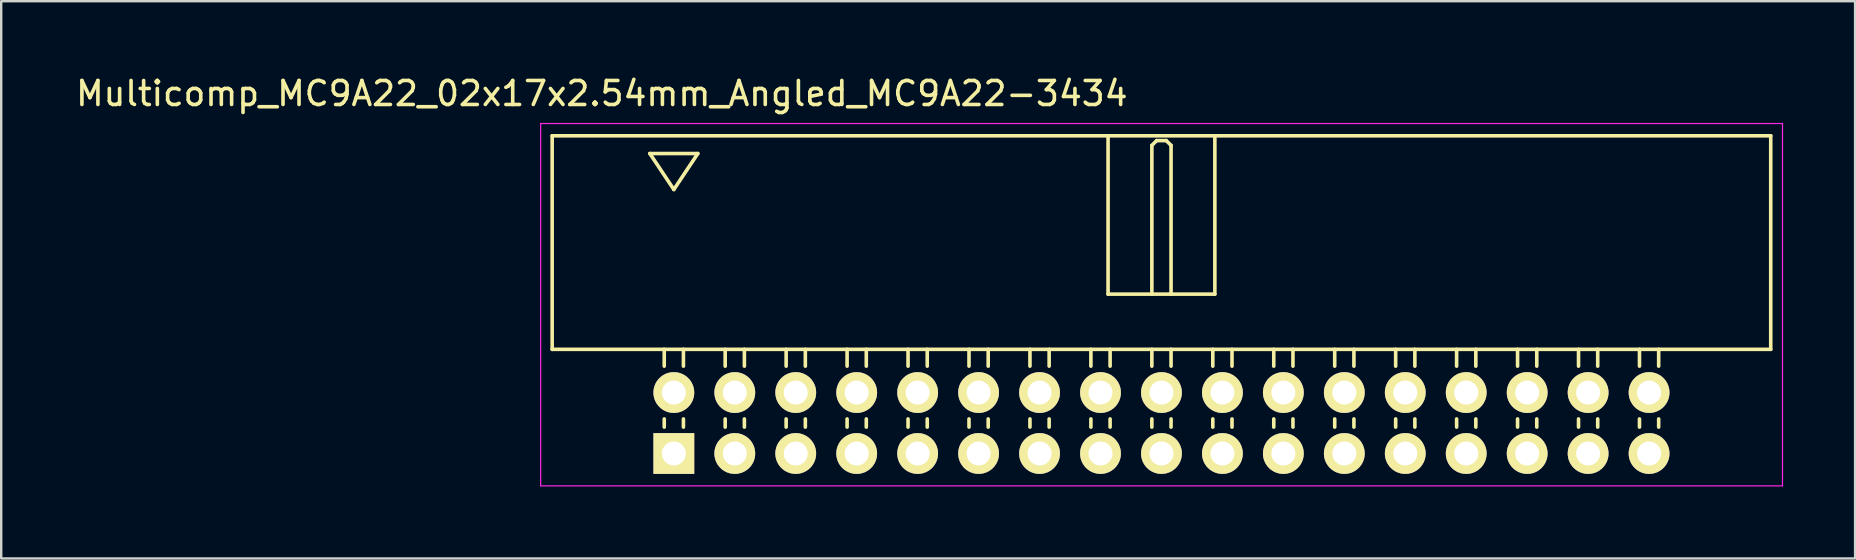
<source format=kicad_pcb>
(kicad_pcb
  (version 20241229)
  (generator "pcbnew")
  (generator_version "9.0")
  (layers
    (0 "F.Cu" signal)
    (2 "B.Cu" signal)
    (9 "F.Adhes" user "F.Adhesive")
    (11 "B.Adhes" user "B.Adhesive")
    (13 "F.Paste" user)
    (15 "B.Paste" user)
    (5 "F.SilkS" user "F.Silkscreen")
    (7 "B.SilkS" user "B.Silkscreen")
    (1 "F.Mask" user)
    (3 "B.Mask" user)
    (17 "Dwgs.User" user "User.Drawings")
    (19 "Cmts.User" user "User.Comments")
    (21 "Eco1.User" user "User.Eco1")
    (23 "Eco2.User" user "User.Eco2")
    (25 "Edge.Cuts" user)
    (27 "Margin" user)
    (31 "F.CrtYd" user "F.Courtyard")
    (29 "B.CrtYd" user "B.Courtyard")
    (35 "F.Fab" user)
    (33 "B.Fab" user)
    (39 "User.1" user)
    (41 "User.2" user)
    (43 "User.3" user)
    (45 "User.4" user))
  (footprint "Multicomp_MC9A22_02x17x2.54mm_Angled_MC9A22-3434"
    (layer "F.Cu")
    (at 25.03 15.848)
    (property "Reference" "Multicomp_MC9A22_02x17x2.54mm_Angled_MC9A22-3434" (at -3 -15 0) (layer "F.SilkS") (effects (font (size 1 1) (thickness 0.15))))
    (attr through_hole)
    (fp_line (start -5.07 -13.24) (end 45.71 -13.24) (stroke (width 0.15) (type solid)) (layer "F.SilkS"))
    (fp_line (start -5.07 -4.34) (end -5.07 -13.24) (stroke (width 0.15) (type solid)) (layer "F.SilkS"))
    (fp_line (start -1 -12.5) (end 1 -12.5) (stroke (width 0.15) (type solid)) (layer "F.SilkS"))
    (fp_line (start -0.4 -3.64) (end -0.4 -4.34) (stroke (width 0.15) (type solid)) (layer "F.SilkS"))
    (fp_line (start -0.4 -1.1) (end -0.4 -1.44) (stroke (width 0.15) (type solid)) (layer "F.SilkS"))
    (fp_line (start 0 -11) (end -1 -12.5) (stroke (width 0.15) (type solid)) (layer "F.SilkS"))
    (fp_line (start 0.4 -3.64) (end 0.4 -4.34) (stroke (width 0.15) (type solid)) (layer "F.SilkS"))
    (fp_line (start 0.4 -1.1) (end 0.4 -1.44) (stroke (width 0.15) (type solid)) (layer "F.SilkS"))
    (fp_line (start 1 -12.5) (end 0 -11) (stroke (width 0.15) (type solid)) (layer "F.SilkS"))
    (fp_line (start 2.14 -3.64) (end 2.14 -4.34) (stroke (width 0.15) (type solid)) (layer "F.SilkS"))
    (fp_line (start 2.14 -1.1) (end 2.14 -1.44) (stroke (width 0.15) (type solid)) (layer "F.SilkS"))
    (fp_line (start 2.94 -3.64) (end 2.94 -4.34) (stroke (width 0.15) (type solid)) (layer "F.SilkS"))
    (fp_line (start 2.94 -1.1) (end 2.94 -1.44) (stroke (width 0.15) (type solid)) (layer "F.SilkS"))
    (fp_line (start 4.68 -3.64) (end 4.68 -4.34) (stroke (width 0.15) (type solid)) (layer "F.SilkS"))
    (fp_line (start 4.68 -1.1) (end 4.68 -1.44) (stroke (width 0.15) (type solid)) (layer "F.SilkS"))
    (fp_line (start 5.48 -3.64) (end 5.48 -4.34) (stroke (width 0.15) (type solid)) (layer "F.SilkS"))
    (fp_line (start 5.48 -1.1) (end 5.48 -1.44) (stroke (width 0.15) (type solid)) (layer "F.SilkS"))
    (fp_line (start 7.22 -3.64) (end 7.22 -4.34) (stroke (width 0.15) (type solid)) (layer "F.SilkS"))
    (fp_line (start 7.22 -1.1) (end 7.22 -1.44) (stroke (width 0.15) (type solid)) (layer "F.SilkS"))
    (fp_line (start 8.02 -3.64) (end 8.02 -4.34) (stroke (width 0.15) (type solid)) (layer "F.SilkS"))
    (fp_line (start 8.02 -1.1) (end 8.02 -1.44) (stroke (width 0.15) (type solid)) (layer "F.SilkS"))
    (fp_line (start 9.76 -3.64) (end 9.76 -4.34) (stroke (width 0.15) (type solid)) (layer "F.SilkS"))
    (fp_line (start 9.76 -1.1) (end 9.76 -1.44) (stroke (width 0.15) (type solid)) (layer "F.SilkS"))
    (fp_line (start 10.56 -3.64) (end 10.56 -4.34) (stroke (width 0.15) (type solid)) (layer "F.SilkS"))
    (fp_line (start 10.56 -1.1) (end 10.56 -1.44) (stroke (width 0.15) (type solid)) (layer "F.SilkS"))
    (fp_line (start 12.3 -3.64) (end 12.3 -4.34) (stroke (width 0.15) (type solid)) (layer "F.SilkS"))
    (fp_line (start 12.3 -1.1) (end 12.3 -1.44) (stroke (width 0.15) (type solid)) (layer "F.SilkS"))
    (fp_line (start 13.1 -3.64) (end 13.1 -4.34) (stroke (width 0.15) (type solid)) (layer "F.SilkS"))
    (fp_line (start 13.1 -1.1) (end 13.1 -1.44) (stroke (width 0.15) (type solid)) (layer "F.SilkS"))
    (fp_line (start 14.84 -3.64) (end 14.84 -4.34) (stroke (width 0.15) (type solid)) (layer "F.SilkS"))
    (fp_line (start 14.84 -1.1) (end 14.84 -1.44) (stroke (width 0.15) (type solid)) (layer "F.SilkS"))
    (fp_line (start 15.64 -3.64) (end 15.64 -4.34) (stroke (width 0.15) (type solid)) (layer "F.SilkS"))
    (fp_line (start 15.64 -1.1) (end 15.64 -1.44) (stroke (width 0.15) (type solid)) (layer "F.SilkS"))
    (fp_line (start 17.38 -3.64) (end 17.38 -4.34) (stroke (width 0.15) (type solid)) (layer "F.SilkS"))
    (fp_line (start 17.38 -1.1) (end 17.38 -1.44) (stroke (width 0.15) (type solid)) (layer "F.SilkS"))
    (fp_line (start 18.095 -13.24) (end 18.095 -6.64) (stroke (width 0.15) (type solid)) (layer "F.SilkS"))
    (fp_line (start 18.095 -6.64) (end 22.545 -6.64) (stroke (width 0.15) (type solid)) (layer "F.SilkS"))
    (fp_line (start 18.18 -3.64) (end 18.18 -4.34) (stroke (width 0.15) (type solid)) (layer "F.SilkS"))
    (fp_line (start 18.18 -1.1) (end 18.18 -1.44) (stroke (width 0.15) (type solid)) (layer "F.SilkS"))
    (fp_line (start 19.92 -12.84) (end 20.12 -13.04) (stroke (width 0.15) (type solid)) (layer "F.SilkS"))
    (fp_line (start 19.92 -6.64) (end 19.92 -12.84) (stroke (width 0.15) (type solid)) (layer "F.SilkS"))
    (fp_line (start 19.92 -3.64) (end 19.92 -4.34) (stroke (width 0.15) (type solid)) (layer "F.SilkS"))
    (fp_line (start 19.92 -1.1) (end 19.92 -1.44) (stroke (width 0.15) (type solid)) (layer "F.SilkS"))
    (fp_line (start 20.12 -13.04) (end 20.52 -13.04) (stroke (width 0.15) (type solid)) (layer "F.SilkS"))
    (fp_line (start 20.52 -13.04) (end 20.72 -12.84) (stroke (width 0.15) (type solid)) (layer "F.SilkS"))
    (fp_line (start 20.72 -12.84) (end 20.72 -6.64) (stroke (width 0.15) (type solid)) (layer "F.SilkS"))
    (fp_line (start 20.72 -3.64) (end 20.72 -4.34) (stroke (width 0.15) (type solid)) (layer "F.SilkS"))
    (fp_line (start 20.72 -1.1) (end 20.72 -1.44) (stroke (width 0.15) (type solid)) (layer "F.SilkS"))
    (fp_line (start 22.46 -3.64) (end 22.46 -4.34) (stroke (width 0.15) (type solid)) (layer "F.SilkS"))
    (fp_line (start 22.46 -1.1) (end 22.46 -1.44) (stroke (width 0.15) (type solid)) (layer "F.SilkS"))
    (fp_line (start 22.545 -6.64) (end 22.545 -13.24) (stroke (width 0.15) (type solid)) (layer "F.SilkS"))
    (fp_line (start 23.26 -3.64) (end 23.26 -4.34) (stroke (width 0.15) (type solid)) (layer "F.SilkS"))
    (fp_line (start 23.26 -1.1) (end 23.26 -1.44) (stroke (width 0.15) (type solid)) (layer "F.SilkS"))
    (fp_line (start 25 -3.64) (end 25 -4.34) (stroke (width 0.15) (type solid)) (layer "F.SilkS"))
    (fp_line (start 25 -1.1) (end 25 -1.44) (stroke (width 0.15) (type solid)) (layer "F.SilkS"))
    (fp_line (start 25.8 -3.64) (end 25.8 -4.34) (stroke (width 0.15) (type solid)) (layer "F.SilkS"))
    (fp_line (start 25.8 -1.1) (end 25.8 -1.44) (stroke (width 0.15) (type solid)) (layer "F.SilkS"))
    (fp_line (start 27.54 -3.64) (end 27.54 -4.34) (stroke (width 0.15) (type solid)) (layer "F.SilkS"))
    (fp_line (start 27.54 -1.1) (end 27.54 -1.44) (stroke (width 0.15) (type solid)) (layer "F.SilkS"))
    (fp_line (start 28.34 -3.64) (end 28.34 -4.34) (stroke (width 0.15) (type solid)) (layer "F.SilkS"))
    (fp_line (start 28.34 -1.1) (end 28.34 -1.44) (stroke (width 0.15) (type solid)) (layer "F.SilkS"))
    (fp_line (start 30.08 -3.64) (end 30.08 -4.34) (stroke (width 0.15) (type solid)) (layer "F.SilkS"))
    (fp_line (start 30.08 -1.1) (end 30.08 -1.44) (stroke (width 0.15) (type solid)) (layer "F.SilkS"))
    (fp_line (start 30.88 -3.64) (end 30.88 -4.34) (stroke (width 0.15) (type solid)) (layer "F.SilkS"))
    (fp_line (start 30.88 -1.1) (end 30.88 -1.44) (stroke (width 0.15) (type solid)) (layer "F.SilkS"))
    (fp_line (start 32.62 -3.64) (end 32.62 -4.34) (stroke (width 0.15) (type solid)) (layer "F.SilkS"))
    (fp_line (start 32.62 -1.1) (end 32.62 -1.44) (stroke (width 0.15) (type solid)) (layer "F.SilkS"))
    (fp_line (start 33.42 -3.64) (end 33.42 -4.34) (stroke (width 0.15) (type solid)) (layer "F.SilkS"))
    (fp_line (start 33.42 -1.1) (end 33.42 -1.44) (stroke (width 0.15) (type solid)) (layer "F.SilkS"))
    (fp_line (start 35.16 -3.64) (end 35.16 -4.34) (stroke (width 0.15) (type solid)) (layer "F.SilkS"))
    (fp_line (start 35.16 -1.1) (end 35.16 -1.44) (stroke (width 0.15) (type solid)) (layer "F.SilkS"))
    (fp_line (start 35.96 -3.64) (end 35.96 -4.34) (stroke (width 0.15) (type solid)) (layer "F.SilkS"))
    (fp_line (start 35.96 -1.1) (end 35.96 -1.44) (stroke (width 0.15) (type solid)) (layer "F.SilkS"))
    (fp_line (start 37.7 -3.64) (end 37.7 -4.34) (stroke (width 0.15) (type solid)) (layer "F.SilkS"))
    (fp_line (start 37.7 -1.1) (end 37.7 -1.44) (stroke (width 0.15) (type solid)) (layer "F.SilkS"))
    (fp_line (start 38.5 -3.64) (end 38.5 -4.34) (stroke (width 0.15) (type solid)) (layer "F.SilkS"))
    (fp_line (start 38.5 -1.1) (end 38.5 -1.44) (stroke (width 0.15) (type solid)) (layer "F.SilkS"))
    (fp_line (start 40.24 -3.64) (end 40.24 -4.34) (stroke (width 0.15) (type solid)) (layer "F.SilkS"))
    (fp_line (start 40.24 -1.1) (end 40.24 -1.44) (stroke (width 0.15) (type solid)) (layer "F.SilkS"))
    (fp_line (start 41.04 -3.64) (end 41.04 -4.34) (stroke (width 0.15) (type solid)) (layer "F.SilkS"))
    (fp_line (start 41.04 -1.1) (end 41.04 -1.44) (stroke (width 0.15) (type solid)) (layer "F.SilkS"))
    (fp_line (start 45.71 -13.24) (end 45.71 -4.34) (stroke (width 0.15) (type solid)) (layer "F.SilkS"))
    (fp_line (start 45.71 -4.34) (end -5.07 -4.34) (stroke (width 0.15) (type solid)) (layer "F.SilkS"))
    (fp_line (start -5.55 -13.75) (end 46.2 -13.75) (stroke (width 0.05) (type solid)) (layer "F.CrtYd"))
    (fp_line (start -5.55 1.35) (end -5.55 -13.75) (stroke (width 0.05) (type solid)) (layer "F.CrtYd"))
    (fp_line (start 46.2 -13.75) (end 46.2 1.35) (stroke (width 0.05) (type solid)) (layer "F.CrtYd"))
    (fp_line (start 46.2 1.35) (end -5.55 1.35) (stroke (width 0.05) (type solid)) (layer "F.CrtYd"))
    (pad "1" thru_hole rect (at 0 0) (size 1.7 1.7) (drill 1) (layers "*.Cu" "*.Mask" "F.SilkS"))
    (pad "2" thru_hole circle (at 0 -2.54) (size 1.7 1.7) (drill 1) (layers "*.Cu" "*.Mask" "F.SilkS"))
    (pad "3" thru_hole circle (at 2.54 0) (size 1.7 1.7) (drill 1) (layers "*.Cu" "*.Mask" "F.SilkS"))
    (pad "4" thru_hole circle (at 2.54 -2.54) (size 1.7 1.7) (drill 1) (layers "*.Cu" "*.Mask" "F.SilkS"))
    (pad "5" thru_hole circle (at 5.08 0) (size 1.7 1.7) (drill 1) (layers "*.Cu" "*.Mask" "F.SilkS"))
    (pad "6" thru_hole circle (at 5.08 -2.54) (size 1.7 1.7) (drill 1) (layers "*.Cu" "*.Mask" "F.SilkS"))
    (pad "7" thru_hole circle (at 7.62 0) (size 1.7 1.7) (drill 1) (layers "*.Cu" "*.Mask" "F.SilkS"))
    (pad "8" thru_hole circle (at 7.62 -2.54) (size 1.7 1.7) (drill 1) (layers "*.Cu" "*.Mask" "F.SilkS"))
    (pad "9" thru_hole circle (at 10.16 0) (size 1.7 1.7) (drill 1) (layers "*.Cu" "*.Mask" "F.SilkS"))
    (pad "10" thru_hole circle (at 10.16 -2.54) (size 1.7 1.7) (drill 1) (layers "*.Cu" "*.Mask" "F.SilkS"))
    (pad "11" thru_hole circle (at 12.7 0) (size 1.7 1.7) (drill 1) (layers "*.Cu" "*.Mask" "F.SilkS"))
    (pad "12" thru_hole circle (at 12.7 -2.54) (size 1.7 1.7) (drill 1) (layers "*.Cu" "*.Mask" "F.SilkS"))
    (pad "13" thru_hole circle (at 15.24 0) (size 1.7 1.7) (drill 1) (layers "*.Cu" "*.Mask" "F.SilkS"))
    (pad "14" thru_hole circle (at 15.24 -2.54) (size 1.7 1.7) (drill 1) (layers "*.Cu" "*.Mask" "F.SilkS"))
    (pad "15" thru_hole circle (at 17.78 0) (size 1.7 1.7) (drill 1) (layers "*.Cu" "*.Mask" "F.SilkS"))
    (pad "16" thru_hole circle (at 17.78 -2.54) (size 1.7 1.7) (drill 1) (layers "*.Cu" "*.Mask" "F.SilkS"))
    (pad "17" thru_hole circle (at 20.32 0) (size 1.7 1.7) (drill 1) (layers "*.Cu" "*.Mask" "F.SilkS"))
    (pad "18" thru_hole circle (at 20.32 -2.54) (size 1.7 1.7) (drill 1) (layers "*.Cu" "*.Mask" "F.SilkS"))
    (pad "19" thru_hole circle (at 22.86 0) (size 1.7 1.7) (drill 1) (layers "*.Cu" "*.Mask" "F.SilkS"))
    (pad "20" thru_hole circle (at 22.86 -2.54) (size 1.7 1.7) (drill 1) (layers "*.Cu" "*.Mask" "F.SilkS"))
    (pad "21" thru_hole circle (at 25.4 0) (size 1.7 1.7) (drill 1) (layers "*.Cu" "*.Mask" "F.SilkS"))
    (pad "22" thru_hole circle (at 25.4 -2.54) (size 1.7 1.7) (drill 1) (layers "*.Cu" "*.Mask" "F.SilkS"))
    (pad "23" thru_hole circle (at 27.94 0) (size 1.7 1.7) (drill 1) (layers "*.Cu" "*.Mask" "F.SilkS"))
    (pad "24" thru_hole circle (at 27.94 -2.54) (size 1.7 1.7) (drill 1) (layers "*.Cu" "*.Mask" "F.SilkS"))
    (pad "25" thru_hole circle (at 30.48 0) (size 1.7 1.7) (drill 1) (layers "*.Cu" "*.Mask" "F.SilkS"))
    (pad "26" thru_hole circle (at 30.48 -2.54) (size 1.7 1.7) (drill 1) (layers "*.Cu" "*.Mask" "F.SilkS"))
    (pad "27" thru_hole circle (at 33.02 0) (size 1.7 1.7) (drill 1) (layers "*.Cu" "*.Mask" "F.SilkS"))
    (pad "28" thru_hole circle (at 33.02 -2.54) (size 1.7 1.7) (drill 1) (layers "*.Cu" "*.Mask" "F.SilkS"))
    (pad "29" thru_hole circle (at 35.56 0) (size 1.7 1.7) (drill 1) (layers "*.Cu" "*.Mask" "F.SilkS"))
    (pad "30" thru_hole circle (at 35.56 -2.54) (size 1.7 1.7) (drill 1) (layers "*.Cu" "*.Mask" "F.SilkS"))
    (pad "31" thru_hole circle (at 38.1 0) (size 1.7 1.7) (drill 1) (layers "*.Cu" "*.Mask" "F.SilkS"))
    (pad "32" thru_hole circle (at 38.1 -2.54) (size 1.7 1.7) (drill 1) (layers "*.Cu" "*.Mask" "F.SilkS"))
    (pad "33" thru_hole circle (at 40.64 0) (size 1.7 1.7) (drill 1) (layers "*.Cu" "*.Mask" "F.SilkS"))
    (pad "34" thru_hole circle (at 40.64 -2.54) (size 1.7 1.7) (drill 1) (layers "*.Cu" "*.Mask" "F.SilkS")))
  (gr_rect
    (start -3 -3)
    (end 74.255 20.223)
    (stroke (width 0.1) (type default))
    (fill no)
    (layer "Edge.Cuts")))
</source>
